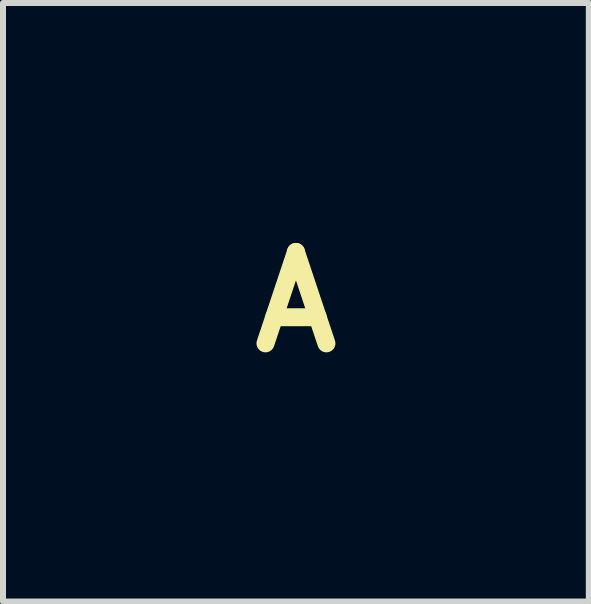
<source format=kicad_pcb>
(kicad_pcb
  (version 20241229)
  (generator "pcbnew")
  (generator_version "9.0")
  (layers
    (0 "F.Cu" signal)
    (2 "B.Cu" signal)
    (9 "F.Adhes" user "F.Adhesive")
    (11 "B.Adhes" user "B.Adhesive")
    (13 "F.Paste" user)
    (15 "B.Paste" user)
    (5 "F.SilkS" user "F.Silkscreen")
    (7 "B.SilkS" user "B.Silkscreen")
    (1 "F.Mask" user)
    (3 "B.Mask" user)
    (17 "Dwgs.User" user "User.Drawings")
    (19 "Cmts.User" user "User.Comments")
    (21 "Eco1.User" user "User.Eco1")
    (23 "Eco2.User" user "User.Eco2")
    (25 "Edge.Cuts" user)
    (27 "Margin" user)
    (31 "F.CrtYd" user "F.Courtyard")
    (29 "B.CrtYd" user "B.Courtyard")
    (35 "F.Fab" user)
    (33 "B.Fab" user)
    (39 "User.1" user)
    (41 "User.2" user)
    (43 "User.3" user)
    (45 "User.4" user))
  (footprint "A"
    (layer "F.Cu")
    (at 1.885 1.986)
    (property "Reference" "A" (at 0 0 0) (layer "F.SilkS") (effects (font (size 1.524 1.524) (thickness 0.3))))
    (attr through_hole)
    (fp_poly (pts (xy 0.114 -0.686) (xy 0.116 -0.683) (xy 0.119 -0.676) (xy 0.122 -0.663) (xy 0.127 -0.643) (xy 0.133 -0.614) (xy 0.141 -0.574) (xy 0.151 -0.521) (xy 0.164 -0.454) (xy 0.17 -0.423) (xy 0.197 -0.285) (xy 0.229 -0.135) (xy 0.264 0.023) (xy 0.301 0.185) (xy 0.325 0.29) (xy 0.336 0.336) (xy 0.343 0.368) (xy 0.346 0.389) (xy 0.345 0.401) (xy 0.341 0.405) (xy 0.337 0.405) (xy 0.326 0.404) (xy 0.301 0.4) (xy 0.262 0.395) (xy 0.213 0.388) (xy 0.155 0.379) (xy 0.089 0.369) (xy 0.019 0.359) (xy 0.013 0.358) (xy -0.058 0.347) (xy -0.123 0.337) (xy -0.181 0.328) (xy -0.23 0.321) (xy -0.268 0.315) (xy -0.292 0.311) (xy -0.303 0.309) (xy -0.303 0.309) (xy -0.301 0.301) (xy -0.295 0.279) (xy -0.284 0.246) (xy -0.27 0.205) (xy -0.254 0.158) (xy -0.236 0.107) (xy -0.218 0.056) (xy -0.2 0.006) (xy -0.183 -0.04) (xy -0.175 -0.061) (xy -0.148 -0.13) (xy -0.119 -0.202) (xy -0.088 -0.274) (xy -0.058 -0.346) (xy -0.027 -0.415) (xy 0.002 -0.48) (xy 0.029 -0.539) (xy 0.054 -0.59) (xy 0.075 -0.632) (xy 0.092 -0.663) (xy 0.104 -0.681) (xy 0.109 -0.686) (xy 0.112 -0.686) (xy 0.114 -0.686)) (stroke (width 0.01) (type solid)) (fill yes) (layer "F.Mask"))
    (fp_poly (pts (xy 1.88 1.99) (xy -1.88 1.99) (xy -1.88 1.412) (xy -1.428 1.412) (xy -1.426 1.415) (xy -1.416 1.417) (xy -1.396 1.419) (xy -1.366 1.421) (xy -1.323 1.422) (xy -1.266 1.422) (xy -1.195 1.423) (xy -1.18 1.423) (xy -1.083 1.423) (xy -0.993 1.425) (xy -0.915 1.428) (xy -0.848 1.432) (xy -0.809 1.435) (xy -0.756 1.44) (xy -0.699 1.444) (xy -0.646 1.447) (xy -0.604 1.448) (xy -0.517 1.448) (xy -0.495 1.378) (xy -0.482 1.335) (xy -0.47 1.289) (xy -0.461 1.249) (xy -0.461 1.246) (xy -0.456 1.211) (xy -0.452 1.167) (xy -0.45 1.117) (xy -0.449 1.066) (xy -0.45 1.018) (xy -0.452 0.976) (xy -0.455 0.945) (xy -0.458 0.932) (xy -0.463 0.913) (xy -0.464 0.901) (xy -0.463 0.901) (xy -0.454 0.901) (xy -0.431 0.905) (xy -0.401 0.912) (xy -0.38 0.917) (xy -0.351 0.924) (xy -0.309 0.934) (xy -0.256 0.946) (xy -0.194 0.959) (xy -0.128 0.972) (xy -0.059 0.986) (xy -0.038 0.991) (xy 0.029 1.004) (xy 0.092 1.017) (xy 0.15 1.029) (xy 0.2 1.039) (xy 0.239 1.048) (xy 0.265 1.054) (xy 0.271 1.055) (xy 0.294 1.063) (xy 0.325 1.075) (xy 0.36 1.091) (xy 0.397 1.108) (xy 0.432 1.124) (xy 0.462 1.139) (xy 0.483 1.151) (xy 0.492 1.158) (xy 0.492 1.159) (xy 0.494 1.171) (xy 0.495 1.177) (xy 0.496 1.19) (xy 0.499 1.216) (xy 0.501 1.251) (xy 0.503 1.274) (xy 0.507 1.322) (xy 0.513 1.375) (xy 0.519 1.423) (xy 0.521 1.435) (xy 0.531 1.5) (xy 0.539 1.55) (xy 0.546 1.589) (xy 0.553 1.618) (xy 0.559 1.64) (xy 0.565 1.657) (xy 0.573 1.672) (xy 0.582 1.686) (xy 0.586 1.693) (xy 0.601 1.713) (xy 0.615 1.728) (xy 0.632 1.741) (xy 0.656 1.754) (xy 0.692 1.77) (xy 0.704 1.775) (xy 0.741 1.791) (xy 0.774 1.805) (xy 0.798 1.816) (xy 0.809 1.82) (xy 0.823 1.825) (xy 0.835 1.826) (xy 0.849 1.82) (xy 0.868 1.807) (xy 0.895 1.784) (xy 0.907 1.774) (xy 0.936 1.749) (xy 0.973 1.716) (xy 1.015 1.679) (xy 1.058 1.641) (xy 1.075 1.626) (xy 1.131 1.578) (xy 1.185 1.534) (xy 1.242 1.492) (xy 1.303 1.451) (xy 1.371 1.408) (xy 1.45 1.361) (xy 1.515 1.324) (xy 1.562 1.297) (xy 1.603 1.273) (xy 1.638 1.253) (xy 1.662 1.238) (xy 1.675 1.229) (xy 1.676 1.227) (xy 1.67 1.22) (xy 1.654 1.205) (xy 1.631 1.185) (xy 1.622 1.178) (xy 1.544 1.106) (xy 1.47 1.022) (xy 1.422 0.956) (xy 1.401 0.925) (xy 1.38 0.897) (xy 1.357 0.869) (xy 1.331 0.838) (xy 1.298 0.801) (xy 1.256 0.756) (xy 1.245 0.745) (xy 1.214 0.706) (xy 1.186 0.659) (xy 1.16 0.6) (xy 1.136 0.533) (xy 1.128 0.508) (xy 1.12 0.482) (xy 1.113 0.455) (xy 1.105 0.424) (xy 1.096 0.388) (xy 1.086 0.346) (xy 1.076 0.297) (xy 1.063 0.238) (xy 1.049 0.168) (xy 1.032 0.087) (xy 1.013 -0.008) (xy 0.991 -0.118) (xy 0.987 -0.135) (xy 0.966 -0.243) (xy 0.947 -0.336) (xy 0.932 -0.417) (xy 0.918 -0.488) (xy 0.906 -0.551) (xy 0.896 -0.609) (xy 0.886 -0.663) (xy 0.878 -0.716) (xy 0.869 -0.77) (xy 0.861 -0.827) (xy 0.852 -0.889) (xy 0.842 -0.953) (xy 0.835 -1.003) (xy 0.826 -1.062) (xy 0.816 -1.125) (xy 0.806 -1.191) (xy 0.795 -1.258) (xy 0.784 -1.323) (xy 0.774 -1.385) (xy 0.764 -1.441) (xy 0.755 -1.489) (xy 0.748 -1.527) (xy 0.743 -1.553) (xy 0.74 -1.565) (xy 0.74 -1.565) (xy 0.73 -1.569) (xy 0.705 -1.574) (xy 0.668 -1.582) (xy 0.619 -1.591) (xy 0.561 -1.602) (xy 0.496 -1.613) (xy 0.425 -1.625) (xy 0.351 -1.638) (xy 0.275 -1.65) (xy 0.199 -1.662) (xy 0.125 -1.674) (xy 0.056 -1.685) (xy -0.008 -1.694) (xy -0.065 -1.702) (xy -0.111 -1.708) (xy -0.146 -1.712) (xy -0.156 -1.713) (xy -0.16 -1.713) (xy -0.165 -1.711) (xy -0.171 -1.706) (xy -0.179 -1.697) (xy -0.19 -1.681) (xy -0.205 -1.658) (xy -0.224 -1.627) (xy -0.249 -1.585) (xy -0.28 -1.532) (xy -0.319 -1.466) (xy -0.332 -1.444) (xy -0.38 -1.361) (xy -0.421 -1.291) (xy -0.456 -1.231) (xy -0.486 -1.179) (xy -0.512 -1.133) (xy -0.536 -1.09) (xy -0.558 -1.048) (xy -0.581 -1.005) (xy -0.605 -0.958) (xy -0.631 -0.906) (xy -0.661 -0.846) (xy -0.667 -0.834) (xy -0.784 -0.587) (xy -0.889 -0.341) (xy -0.982 -0.093) (xy -1.066 0.161) (xy -1.14 0.424) (xy -1.181 0.588) (xy -1.194 0.638) (xy -1.21 0.7) (xy -1.229 0.77) (xy -1.251 0.846) (xy -1.274 0.926) (xy -1.299 1.008) (xy -1.323 1.089) (xy -1.347 1.167) (xy -1.37 1.239) (xy -1.39 1.303) (xy -1.408 1.357) (xy -1.423 1.398) (xy -1.428 1.412) (xy -1.88 1.412) (xy -1.88 -1.981) (xy 1.88 -1.981) (xy 1.88 1.99)) (stroke (width 0.01) (type solid)) (fill yes) (layer "F.Mask")))
  (gr_rect
    (start -3 -3)
    (end 6.769 6.981)
    (stroke (width 0.1) (type default))
    (fill no)
    (layer "Edge.Cuts")))
</source>
